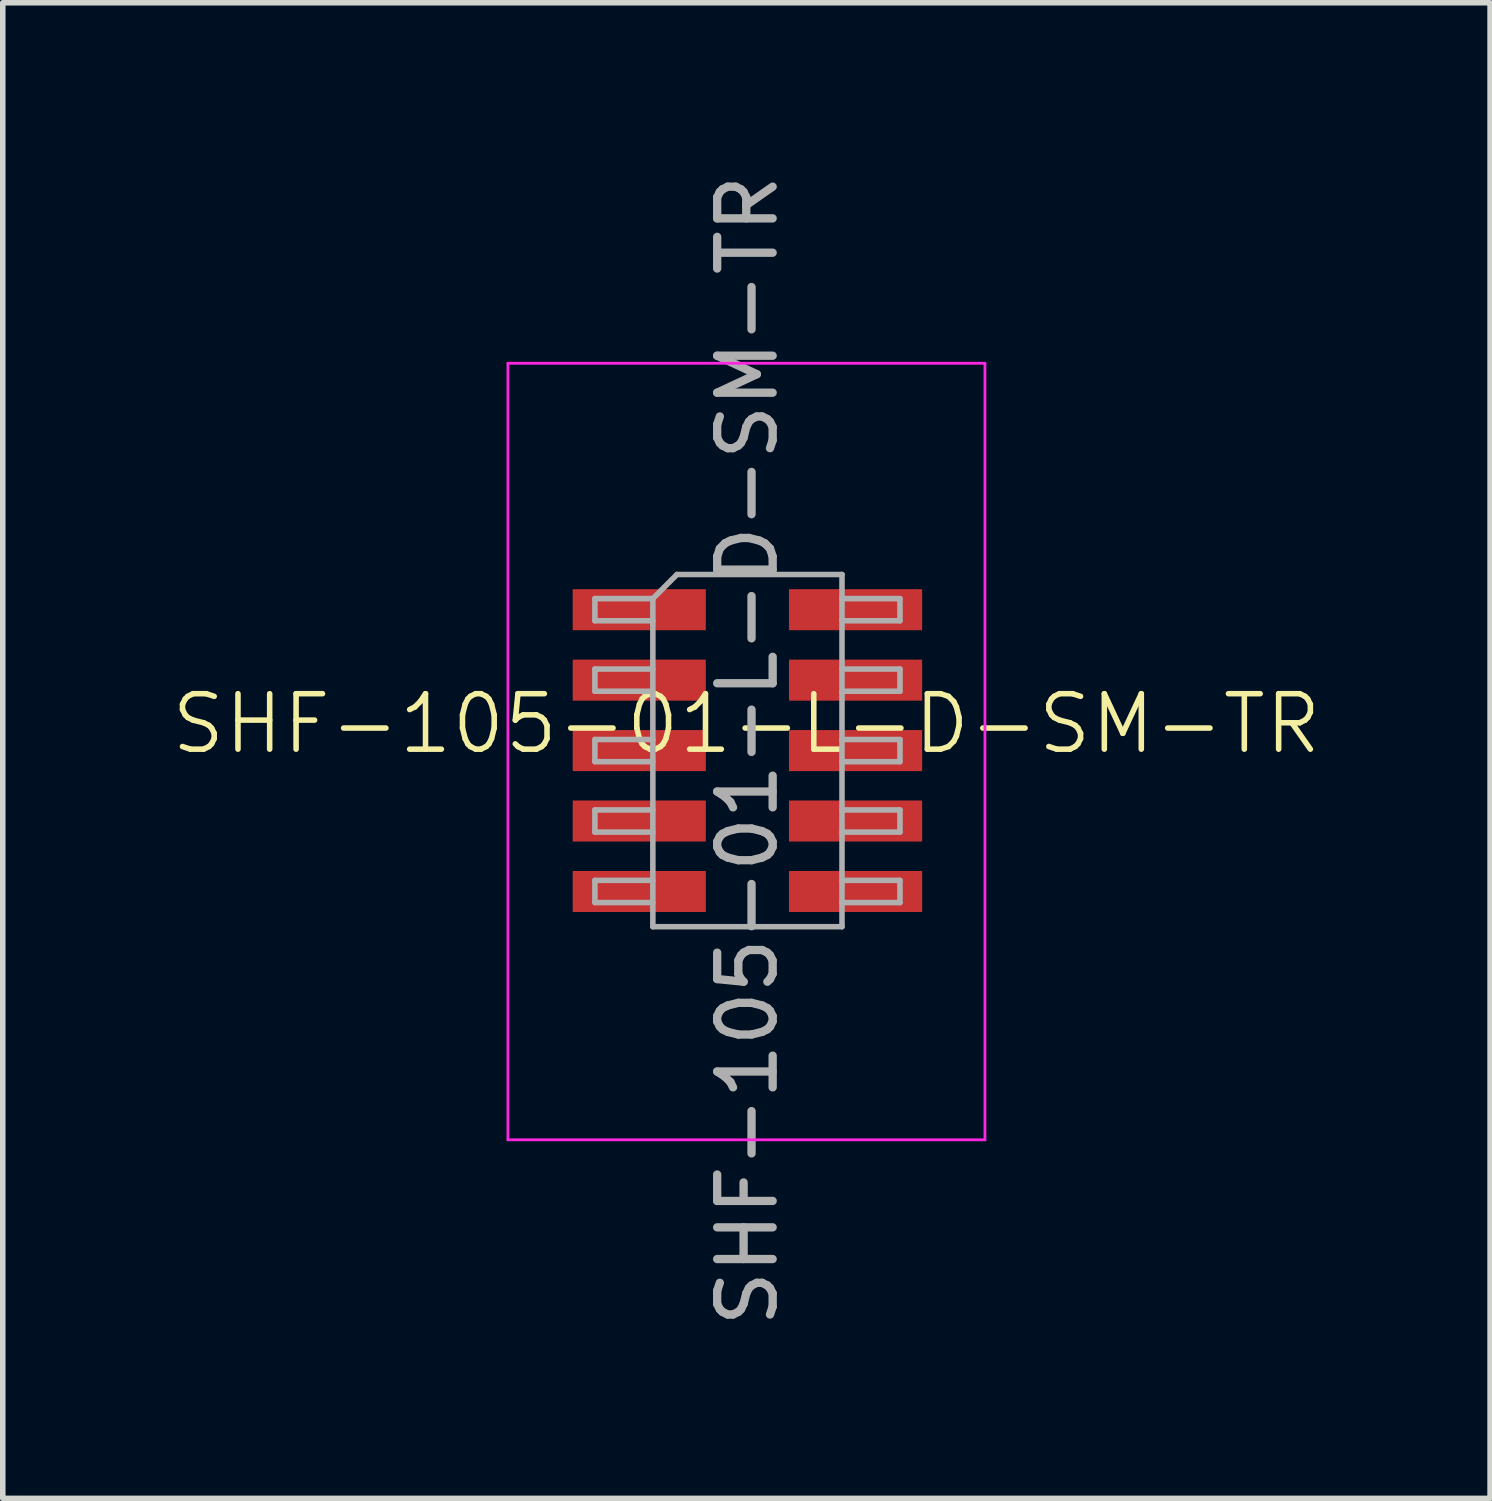
<source format=kicad_pcb>
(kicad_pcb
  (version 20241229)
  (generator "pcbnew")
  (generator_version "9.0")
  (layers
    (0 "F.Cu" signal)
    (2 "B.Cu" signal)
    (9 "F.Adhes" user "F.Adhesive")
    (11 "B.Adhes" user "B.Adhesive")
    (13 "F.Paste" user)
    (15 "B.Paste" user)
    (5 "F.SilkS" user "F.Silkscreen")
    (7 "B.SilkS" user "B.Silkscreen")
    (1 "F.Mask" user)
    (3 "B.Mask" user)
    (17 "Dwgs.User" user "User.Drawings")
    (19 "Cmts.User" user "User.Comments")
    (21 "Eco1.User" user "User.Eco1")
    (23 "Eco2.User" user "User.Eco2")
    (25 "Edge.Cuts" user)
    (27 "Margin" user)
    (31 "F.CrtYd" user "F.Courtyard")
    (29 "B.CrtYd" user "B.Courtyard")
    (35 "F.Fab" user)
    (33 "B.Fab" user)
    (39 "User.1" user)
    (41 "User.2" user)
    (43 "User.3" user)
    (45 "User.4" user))
  (footprint "SHF-105-01-L-D-SM-TR"
    (layer "F.Cu")
    (at 10.407 10.499)
    (property "Reference" "SHF-105-01-L-D-SM-TR" (at 0 -0.5 0) (unlocked yes) (layer "F.SilkS") (effects (font (size 1 1) (thickness 0.1))))
    (attr smd)
    (fp_line (start -4.3 -7) (end -4.3 7) (stroke (width 0.05) (type solid)) (layer "F.CrtYd"))
    (fp_line (start -4.3 7) (end 4.3 7) (stroke (width 0.05) (type solid)) (layer "F.CrtYd"))
    (fp_line (start 4.3 -7) (end -4.3 -7) (stroke (width 0.05) (type solid)) (layer "F.CrtYd"))
    (fp_line (start 4.3 7) (end 4.3 -7) (stroke (width 0.05) (type solid)) (layer "F.CrtYd"))
    (fp_line (start -2.732 -2.757) (end -2.732 -2.357) (stroke (width 0.1) (type solid)) (layer "F.Fab"))
    (fp_line (start -2.732 -2.357) (end -1.687 -2.357) (stroke (width 0.1) (type solid)) (layer "F.Fab"))
    (fp_line (start -2.732 -1.487) (end -2.732 -1.087) (stroke (width 0.1) (type solid)) (layer "F.Fab"))
    (fp_line (start -2.732 -1.087) (end -1.687 -1.087) (stroke (width 0.1) (type solid)) (layer "F.Fab"))
    (fp_line (start -2.732 -0.217) (end -2.732 0.183) (stroke (width 0.1) (type solid)) (layer "F.Fab"))
    (fp_line (start -2.732 0.183) (end -1.687 0.183) (stroke (width 0.1) (type solid)) (layer "F.Fab"))
    (fp_line (start -2.732 1.053) (end -2.732 1.453) (stroke (width 0.1) (type solid)) (layer "F.Fab"))
    (fp_line (start -2.732 1.453) (end -1.687 1.453) (stroke (width 0.1) (type solid)) (layer "F.Fab"))
    (fp_line (start -2.732 2.323) (end -2.732 2.723) (stroke (width 0.1) (type solid)) (layer "F.Fab"))
    (fp_line (start -2.732 2.723) (end -1.687 2.723) (stroke (width 0.1) (type solid)) (layer "F.Fab"))
    (fp_line (start -1.687 -2.757) (end -2.732 -2.757) (stroke (width 0.1) (type solid)) (layer "F.Fab"))
    (fp_line (start -1.687 -2.757) (end -1.252 -3.192) (stroke (width 0.1) (type solid)) (layer "F.Fab"))
    (fp_line (start -1.687 -1.487) (end -2.732 -1.487) (stroke (width 0.1) (type solid)) (layer "F.Fab"))
    (fp_line (start -1.687 -0.217) (end -2.732 -0.217) (stroke (width 0.1) (type solid)) (layer "F.Fab"))
    (fp_line (start -1.687 1.053) (end -2.732 1.053) (stroke (width 0.1) (type solid)) (layer "F.Fab"))
    (fp_line (start -1.687 2.323) (end -2.732 2.323) (stroke (width 0.1) (type solid)) (layer "F.Fab"))
    (fp_line (start -1.687 3.158) (end -1.687 -2.757) (stroke (width 0.1) (type solid)) (layer "F.Fab"))
    (fp_line (start -1.252 -3.192) (end 1.723 -3.192) (stroke (width 0.1) (type solid)) (layer "F.Fab"))
    (fp_line (start 1.723 -3.192) (end 1.723 3.158) (stroke (width 0.1) (type solid)) (layer "F.Fab"))
    (fp_line (start 1.723 -2.757) (end 2.768 -2.757) (stroke (width 0.1) (type solid)) (layer "F.Fab"))
    (fp_line (start 1.723 -1.487) (end 2.768 -1.487) (stroke (width 0.1) (type solid)) (layer "F.Fab"))
    (fp_line (start 1.723 -0.217) (end 2.768 -0.217) (stroke (width 0.1) (type solid)) (layer "F.Fab"))
    (fp_line (start 1.723 1.053) (end 2.768 1.053) (stroke (width 0.1) (type solid)) (layer "F.Fab"))
    (fp_line (start 1.723 2.323) (end 2.768 2.323) (stroke (width 0.1) (type solid)) (layer "F.Fab"))
    (fp_line (start 1.723 3.158) (end -1.687 3.158) (stroke (width 0.1) (type solid)) (layer "F.Fab"))
    (fp_line (start 2.768 -2.757) (end 2.768 -2.357) (stroke (width 0.1) (type solid)) (layer "F.Fab"))
    (fp_line (start 2.768 -2.357) (end 1.723 -2.357) (stroke (width 0.1) (type solid)) (layer "F.Fab"))
    (fp_line (start 2.768 -1.487) (end 2.768 -1.087) (stroke (width 0.1) (type solid)) (layer "F.Fab"))
    (fp_line (start 2.768 -1.087) (end 1.723 -1.087) (stroke (width 0.1) (type solid)) (layer "F.Fab"))
    (fp_line (start 2.768 -0.217) (end 2.768 0.183) (stroke (width 0.1) (type solid)) (layer "F.Fab"))
    (fp_line (start 2.768 0.183) (end 1.723 0.183) (stroke (width 0.1) (type solid)) (layer "F.Fab"))
    (fp_line (start 2.768 1.053) (end 2.768 1.453) (stroke (width 0.1) (type solid)) (layer "F.Fab"))
    (fp_line (start 2.768 1.453) (end 1.723 1.453) (stroke (width 0.1) (type solid)) (layer "F.Fab"))
    (fp_line (start 2.768 2.323) (end 2.768 2.723) (stroke (width 0.1) (type solid)) (layer "F.Fab"))
    (fp_line (start 2.768 2.723) (end 1.723 2.723) (stroke (width 0.1) (type solid)) (layer "F.Fab"))
    (fp_text user "${REFERENCE}" (at 0.018 -0.017 90) (layer "F.Fab") (effects (font (size 1 1) (thickness 0.15))))
    (pad "1" smd rect (at -1.932 -2.557) (size 2.4 0.74) (layers "F.Cu" "F.Mask" "F.Paste"))
    (pad "2" smd rect (at 1.968 -2.557) (size 2.4 0.74) (layers "F.Cu" "F.Mask" "F.Paste"))
    (pad "3" smd rect (at -1.932 -1.287) (size 2.4 0.74) (layers "F.Cu" "F.Mask" "F.Paste"))
    (pad "4" smd rect (at 1.968 -1.287) (size 2.4 0.74) (layers "F.Cu" "F.Mask" "F.Paste"))
    (pad "5" smd rect (at -1.932 -0.017) (size 2.4 0.74) (layers "F.Cu" "F.Mask" "F.Paste"))
    (pad "6" smd rect (at 1.968 -0.017) (size 2.4 0.74) (layers "F.Cu" "F.Mask" "F.Paste"))
    (pad "7" smd rect (at -1.932 1.253) (size 2.4 0.74) (layers "F.Cu" "F.Mask" "F.Paste"))
    (pad "8" smd rect (at 1.968 1.253) (size 2.4 0.74) (layers "F.Cu" "F.Mask" "F.Paste"))
    (pad "9" smd rect (at -1.932 2.523) (size 2.4 0.74) (layers "F.Cu" "F.Mask" "F.Paste"))
    (pad "10" smd rect (at 1.968 2.523) (size 2.4 0.74) (layers "F.Cu" "F.Mask" "F.Paste")))
  (gr_rect
    (start -3 -3)
    (end 23.814 23.964)
    (stroke (width 0.1) (type default))
    (fill no)
    (layer "Edge.Cuts")))
</source>
